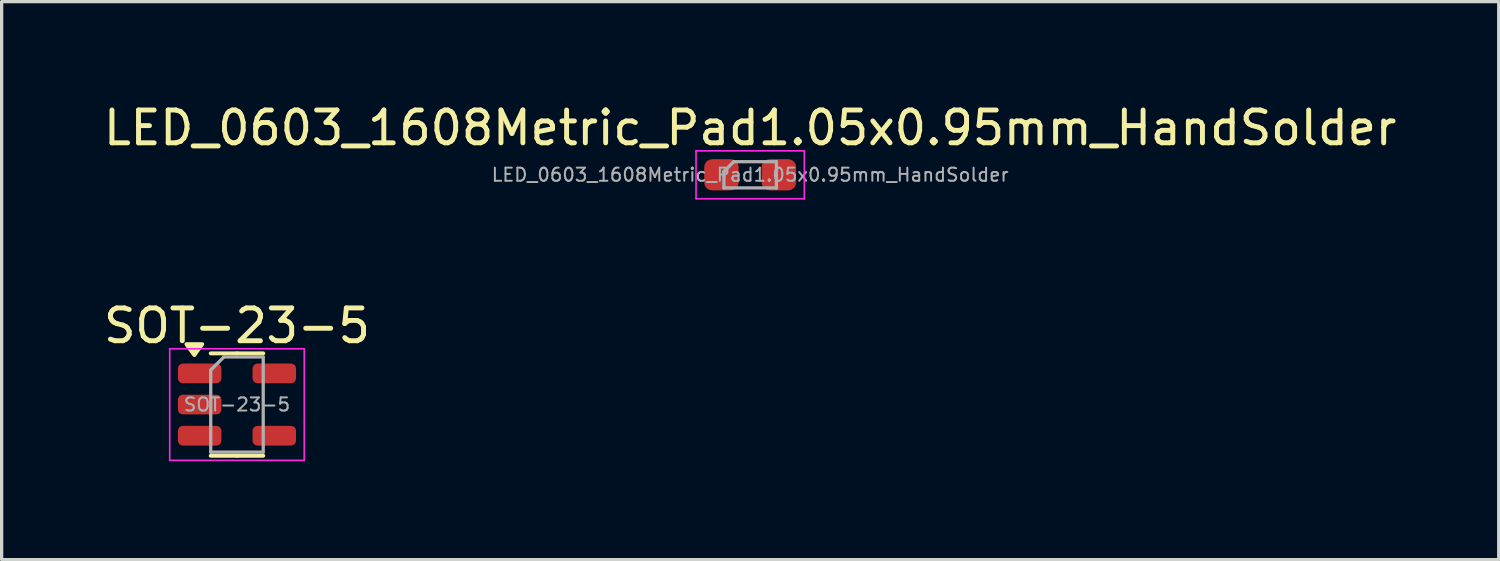
<source format=kicad_pcb>
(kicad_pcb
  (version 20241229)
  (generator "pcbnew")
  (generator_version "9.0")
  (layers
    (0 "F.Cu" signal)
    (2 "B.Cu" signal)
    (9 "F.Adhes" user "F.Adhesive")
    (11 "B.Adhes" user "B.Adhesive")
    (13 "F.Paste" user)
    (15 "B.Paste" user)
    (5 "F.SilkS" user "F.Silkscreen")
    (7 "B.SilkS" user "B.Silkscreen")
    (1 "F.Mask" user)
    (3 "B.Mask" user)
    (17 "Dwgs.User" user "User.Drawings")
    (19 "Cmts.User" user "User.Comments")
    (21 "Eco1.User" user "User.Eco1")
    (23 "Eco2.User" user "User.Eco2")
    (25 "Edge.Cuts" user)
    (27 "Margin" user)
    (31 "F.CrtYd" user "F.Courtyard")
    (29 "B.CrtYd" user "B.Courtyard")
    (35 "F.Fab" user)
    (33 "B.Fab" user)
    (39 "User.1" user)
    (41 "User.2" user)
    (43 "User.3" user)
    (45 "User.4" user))
  (footprint "LED_0603_1608Metric_Pad1.05x0.95mm_HandSolder"
    (layer "F.Cu")
    (at 19.815 2.278)
    (property "Reference" "LED_0603_1608Metric_Pad1.05x0.95mm_HandSolder" (at 0 -1.43 180) (layer "F.SilkS") (effects (font (size 1 1) (thickness 0.15))))
    (attr smd)
    (fp_line (start -1.65 -0.73) (end 1.65 -0.73) (stroke (width 0.05) (type solid)) (layer "F.CrtYd"))
    (fp_line (start -1.65 0.73) (end -1.65 -0.73) (stroke (width 0.05) (type solid)) (layer "F.CrtYd"))
    (fp_line (start 1.65 -0.73) (end 1.65 0.73) (stroke (width 0.05) (type solid)) (layer "F.CrtYd"))
    (fp_line (start 1.65 0.73) (end -1.65 0.73) (stroke (width 0.05) (type solid)) (layer "F.CrtYd"))
    (fp_line (start -0.8 -0.1) (end -0.8 0.4) (stroke (width 0.1) (type solid)) (layer "F.Fab"))
    (fp_line (start -0.8 0.4) (end 0.8 0.4) (stroke (width 0.1) (type solid)) (layer "F.Fab"))
    (fp_line (start -0.5 -0.4) (end -0.8 -0.1) (stroke (width 0.1) (type solid)) (layer "F.Fab"))
    (fp_line (start 0.8 -0.4) (end -0.5 -0.4) (stroke (width 0.1) (type solid)) (layer "F.Fab"))
    (fp_line (start 0.8 0.4) (end 0.8 -0.4) (stroke (width 0.1) (type solid)) (layer "F.Fab"))
    (fp_text user "${REFERENCE}" (at 0 0 180) (layer "F.Fab") (effects (font (size 0.4 0.4) (thickness 0.06))))
    (pad "1" smd roundrect (at -0.875 0) (size 1.05 0.95) (layers "F.Cu" "F.Mask" "F.Paste") (roundrect_rratio 0.25))
    (pad "2" smd roundrect (at 0.875 0) (size 1.05 0.95) (layers "F.Cu" "F.Mask" "F.Paste") (roundrect_rratio 0.25)))
  (footprint "SOT-23-5"
    (layer "F.Cu")
    (at 4.173 9.281)
    (property "Reference" "SOT-23-5" (at 0 -2.4 0) (layer "F.SilkS") (effects (font (size 1 1) (thickness 0.15))))
    (attr smd)
    (fp_line (start 0 -1.56) (end -0.8 -1.56) (stroke (width 0.12) (type solid)) (layer "F.SilkS"))
    (fp_line (start 0 -1.56) (end 0.8 -1.56) (stroke (width 0.12) (type solid)) (layer "F.SilkS"))
    (fp_line (start 0 1.56) (end -0.8 1.56) (stroke (width 0.12) (type solid)) (layer "F.SilkS"))
    (fp_line (start 0 1.56) (end 0.8 1.56) (stroke (width 0.12) (type solid)) (layer "F.SilkS"))
    (fp_poly (pts (xy -1.3 -1.51) (xy -1.54 -1.84) (xy -1.06 -1.84) (xy -1.3 -1.51)) (stroke (width 0.12) (type solid)) (fill yes) (layer "F.SilkS"))
    (fp_line (start -2.05 -1.7) (end -2.05 1.7) (stroke (width 0.05) (type solid)) (layer "F.CrtYd"))
    (fp_line (start -2.05 1.7) (end 2.05 1.7) (stroke (width 0.05) (type solid)) (layer "F.CrtYd"))
    (fp_line (start 2.05 -1.7) (end -2.05 -1.7) (stroke (width 0.05) (type solid)) (layer "F.CrtYd"))
    (fp_line (start 2.05 1.7) (end 2.05 -1.7) (stroke (width 0.05) (type solid)) (layer "F.CrtYd"))
    (fp_line (start -0.8 -1.05) (end -0.4 -1.45) (stroke (width 0.1) (type solid)) (layer "F.Fab"))
    (fp_line (start -0.8 1.45) (end -0.8 -1.05) (stroke (width 0.1) (type solid)) (layer "F.Fab"))
    (fp_line (start -0.4 -1.45) (end 0.8 -1.45) (stroke (width 0.1) (type solid)) (layer "F.Fab"))
    (fp_line (start 0.8 -1.45) (end 0.8 1.45) (stroke (width 0.1) (type solid)) (layer "F.Fab"))
    (fp_line (start 0.8 1.45) (end -0.8 1.45) (stroke (width 0.1) (type solid)) (layer "F.Fab"))
    (fp_text user "${REFERENCE}" (at 0 0 0) (layer "F.Fab") (effects (font (size 0.4 0.4) (thickness 0.06))))
    (pad "1" smd roundrect (at -1.137 -0.95) (size 1.325 0.6) (layers "F.Cu" "F.Mask" "F.Paste") (roundrect_rratio 0.25))
    (pad "2" smd roundrect (at -1.137 0) (size 1.325 0.6) (layers "F.Cu" "F.Mask" "F.Paste") (roundrect_rratio 0.25))
    (pad "3" smd roundrect (at -1.137 0.95) (size 1.325 0.6) (layers "F.Cu" "F.Mask" "F.Paste") (roundrect_rratio 0.25))
    (pad "4" smd roundrect (at 1.137 0.95) (size 1.325 0.6) (layers "F.Cu" "F.Mask" "F.Paste") (roundrect_rratio 0.25))
    (pad "5" smd roundrect (at 1.137 -0.95) (size 1.325 0.6) (layers "F.Cu" "F.Mask" "F.Paste") (roundrect_rratio 0.25)))
  (gr_rect
    (start -3 -3)
    (end 42.631 14.007)
    (stroke (width 0.1) (type default))
    (fill no)
    (layer "Edge.Cuts")))
</source>
